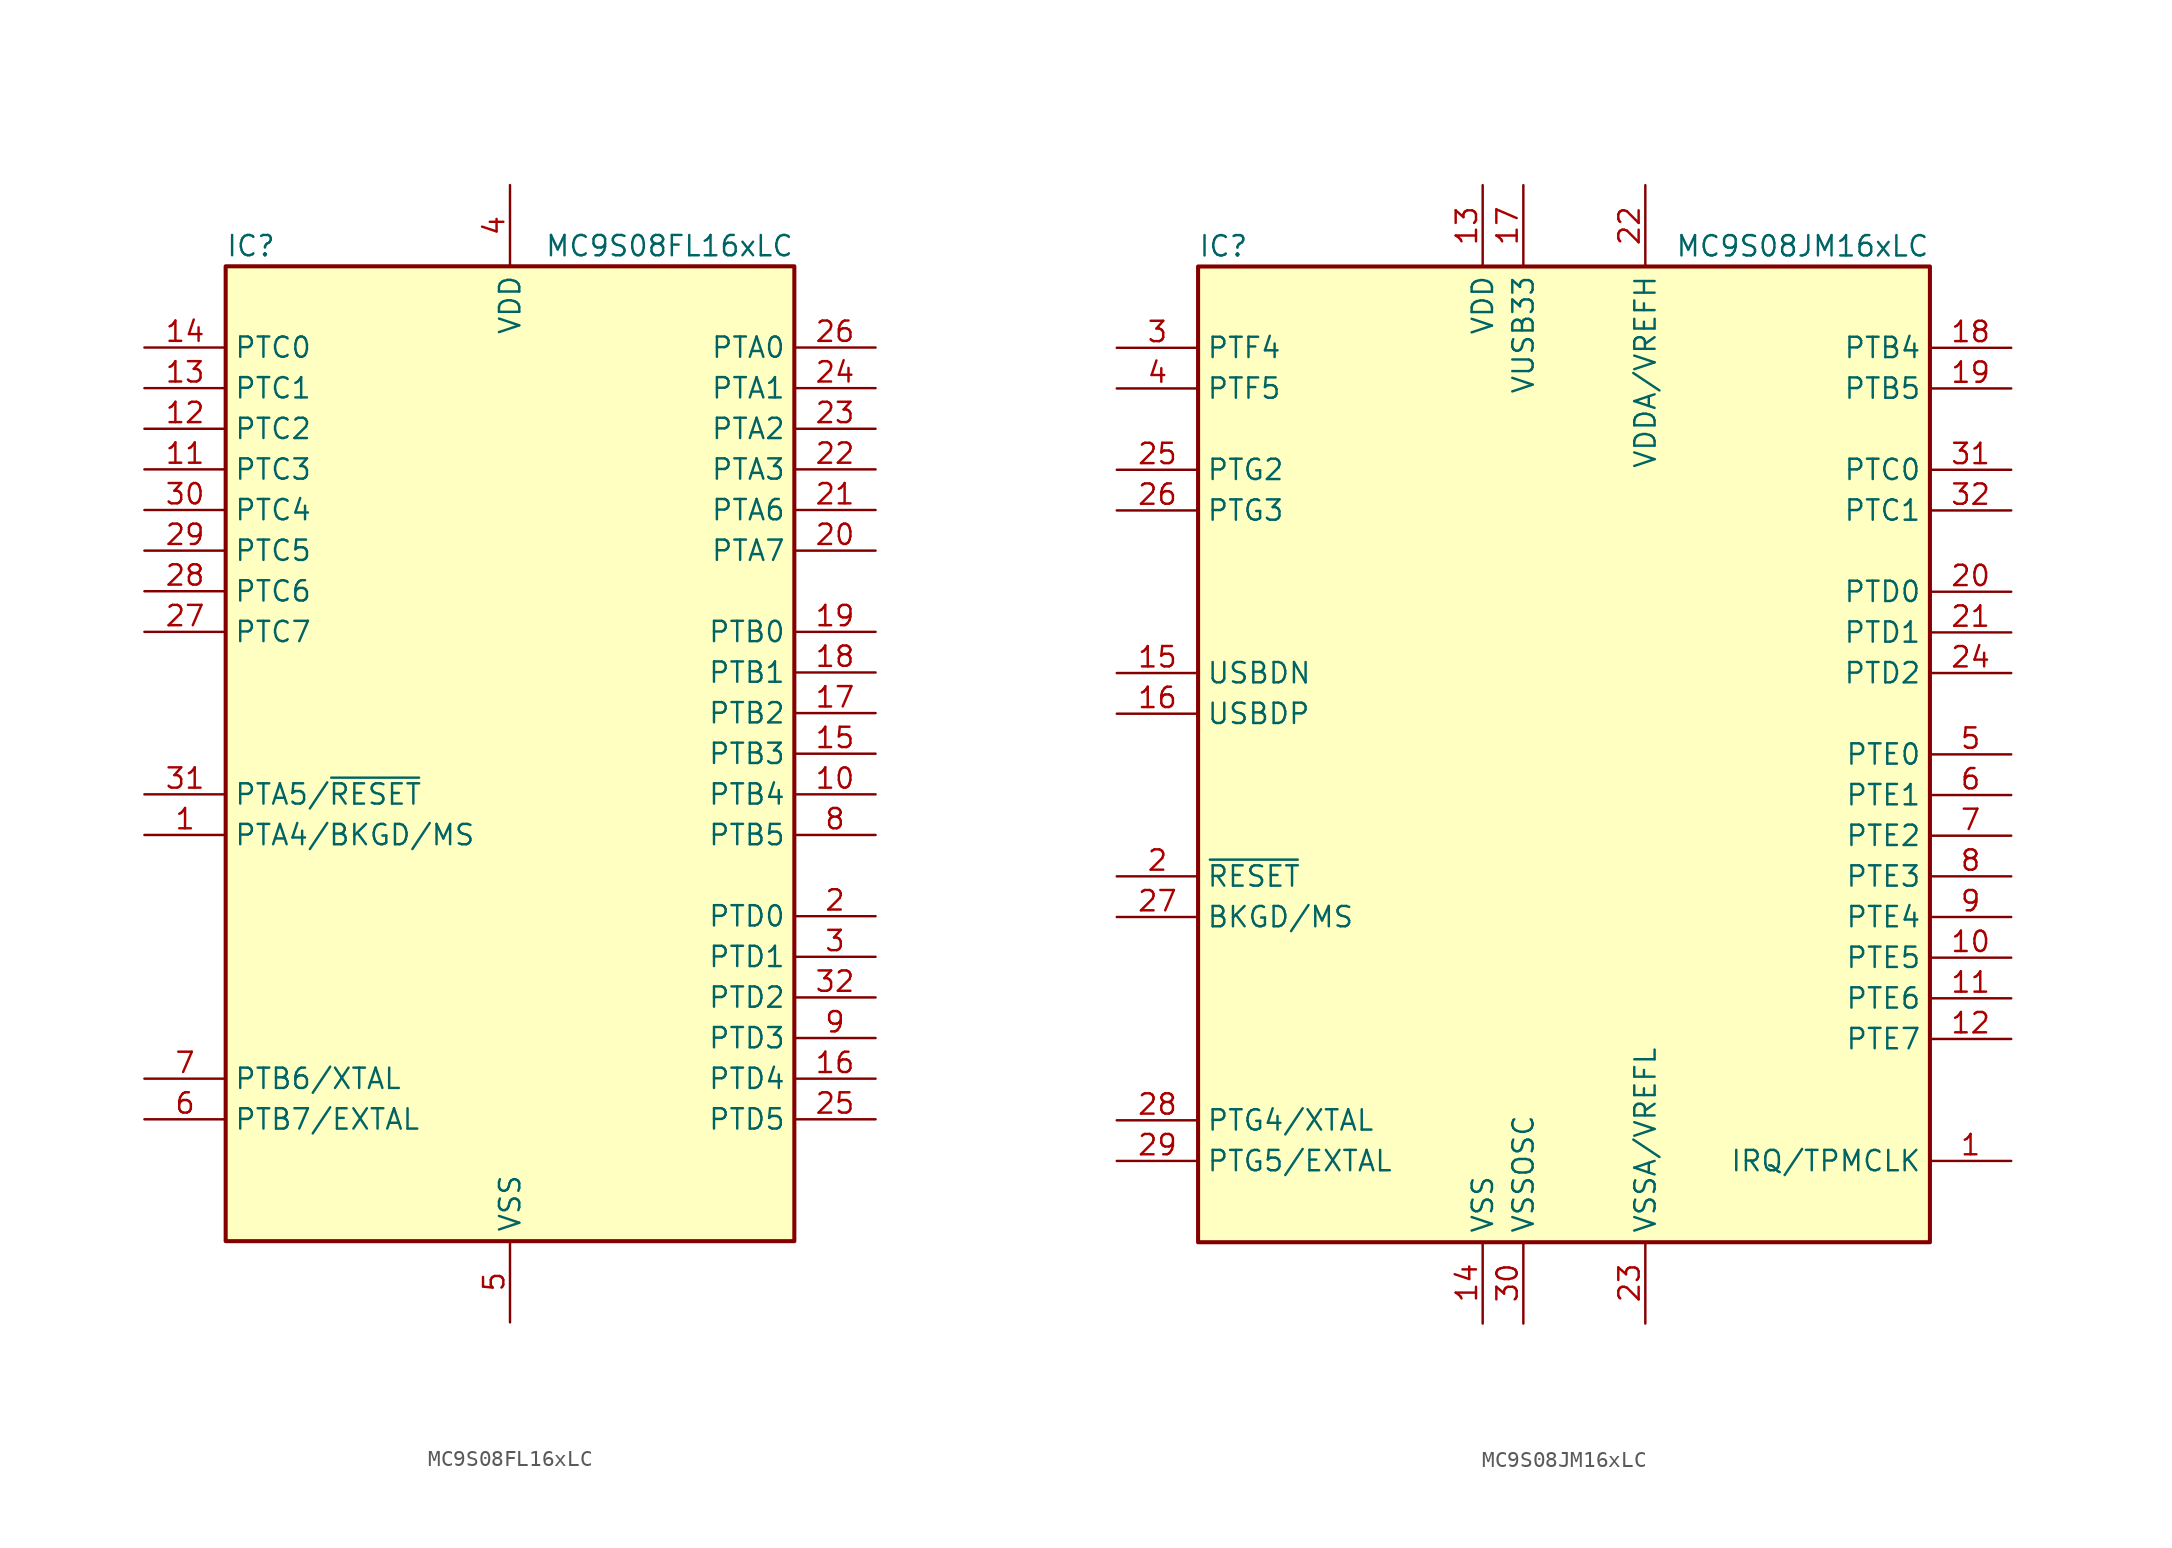
<source format=kicad_sym>
(kicad_symbol_lib
  (version 20220914)
  (generator kicad_symbol_editor)
  (symbol "MC9S08FL16xLC"
    (property "Reference" "IC"
      (at -17.78 31.75 0)
      (effects (font (size 1.27 1.27)) (justify left)))
    (property "Value" "MC9S08FL16xLC"
      (at 17.78 31.75 0)
      (effects (font (size 1.27 1.27)) (justify right)))
    (symbol "MC9S08FL16xLC_0_1"
      (rectangle (start -17.78 30.48) (end 17.78 -30.48) (stroke (width 0.254) (type default)) (fill (type background))))
    (symbol "MC9S08FL16xLC_1_1"
      (pin bidirectional line (at -22.86 -5.08 0) (length 5.08) (name "PTA4/BKGD/MS" (effects (font (size 1.27 1.27)))) (number "1" (effects (font (size 1.27 1.27)))))
      (pin bidirectional line (at 22.86 -2.54 180) (length 5.08) (name "PTB4" (effects (font (size 1.27 1.27)))) (number "10" (effects (font (size 1.27 1.27)))))
      (pin bidirectional line (at -22.86 17.78 0) (length 5.08) (name "PTC3" (effects (font (size 1.27 1.27)))) (number "11" (effects (font (size 1.27 1.27)))))
      (pin bidirectional line (at -22.86 20.32 0) (length 5.08) (name "PTC2" (effects (font (size 1.27 1.27)))) (number "12" (effects (font (size 1.27 1.27)))))
      (pin bidirectional line (at -22.86 22.86 0) (length 5.08) (name "PTC1" (effects (font (size 1.27 1.27)))) (number "13" (effects (font (size 1.27 1.27)))))
      (pin bidirectional line (at -22.86 25.4 0) (length 5.08) (name "PTC0" (effects (font (size 1.27 1.27)))) (number "14" (effects (font (size 1.27 1.27)))))
      (pin bidirectional line (at 22.86 0 180) (length 5.08) (name "PTB3" (effects (font (size 1.27 1.27)))) (number "15" (effects (font (size 1.27 1.27)))))
      (pin bidirectional line (at 22.86 -20.32 180) (length 5.08) (name "PTD4" (effects (font (size 1.27 1.27)))) (number "16" (effects (font (size 1.27 1.27)))))
      (pin bidirectional line (at 22.86 2.54 180) (length 5.08) (name "PTB2" (effects (font (size 1.27 1.27)))) (number "17" (effects (font (size 1.27 1.27)))))
      (pin bidirectional line (at 22.86 5.08 180) (length 5.08) (name "PTB1" (effects (font (size 1.27 1.27)))) (number "18" (effects (font (size 1.27 1.27)))))
      (pin bidirectional line (at 22.86 7.62 180) (length 5.08) (name "PTB0" (effects (font (size 1.27 1.27)))) (number "19" (effects (font (size 1.27 1.27)))))
      (pin bidirectional line (at 22.86 -10.16 180) (length 5.08) (name "PTD0" (effects (font (size 1.27 1.27)))) (number "2" (effects (font (size 1.27 1.27)))))
      (pin bidirectional line (at 22.86 12.7 180) (length 5.08) (name "PTA7" (effects (font (size 1.27 1.27)))) (number "20" (effects (font (size 1.27 1.27)))))
      (pin bidirectional line (at 22.86 15.24 180) (length 5.08) (name "PTA6" (effects (font (size 1.27 1.27)))) (number "21" (effects (font (size 1.27 1.27)))))
      (pin bidirectional line (at 22.86 17.78 180) (length 5.08) (name "PTA3" (effects (font (size 1.27 1.27)))) (number "22" (effects (font (size 1.27 1.27)))))
      (pin bidirectional line (at 22.86 20.32 180) (length 5.08) (name "PTA2" (effects (font (size 1.27 1.27)))) (number "23" (effects (font (size 1.27 1.27)))))
      (pin bidirectional line (at 22.86 22.86 180) (length 5.08) (name "PTA1" (effects (font (size 1.27 1.27)))) (number "24" (effects (font (size 1.27 1.27)))))
      (pin bidirectional line (at 22.86 -22.86 180) (length 5.08) (name "PTD5" (effects (font (size 1.27 1.27)))) (number "25" (effects (font (size 1.27 1.27)))))
      (pin bidirectional line (at 22.86 25.4 180) (length 5.08) (name "PTA0" (effects (font (size 1.27 1.27)))) (number "26" (effects (font (size 1.27 1.27)))))
      (pin bidirectional line (at -22.86 7.62 0) (length 5.08) (name "PTC7" (effects (font (size 1.27 1.27)))) (number "27" (effects (font (size 1.27 1.27)))))
      (pin bidirectional line (at -22.86 10.16 0) (length 5.08) (name "PTC6" (effects (font (size 1.27 1.27)))) (number "28" (effects (font (size 1.27 1.27)))))
      (pin bidirectional line (at -22.86 12.7 0) (length 5.08) (name "PTC5" (effects (font (size 1.27 1.27)))) (number "29" (effects (font (size 1.27 1.27)))))
      (pin bidirectional line (at 22.86 -12.7 180) (length 5.08) (name "PTD1" (effects (font (size 1.27 1.27)))) (number "3" (effects (font (size 1.27 1.27)))))
      (pin bidirectional line (at -22.86 15.24 0) (length 5.08) (name "PTC4" (effects (font (size 1.27 1.27)))) (number "30" (effects (font (size 1.27 1.27)))))
      (pin bidirectional line (at -22.86 -2.54 0) (length 5.08) (name "PTA5/~{RESET}" (effects (font (size 1.27 1.27)))) (number "31" (effects (font (size 1.27 1.27)))))
      (pin bidirectional line (at 22.86 -15.24 180) (length 5.08) (name "PTD2" (effects (font (size 1.27 1.27)))) (number "32" (effects (font (size 1.27 1.27)))))
      (pin power_in line (at 0 35.56 270) (length 5.08) (name "VDD" (effects (font (size 1.27 1.27)))) (number "4" (effects (font (size 1.27 1.27)))))
      (pin power_in line (at 0 -35.56 90) (length 5.08) (name "VSS" (effects (font (size 1.27 1.27)))) (number "5" (effects (font (size 1.27 1.27)))))
      (pin bidirectional line (at -22.86 -22.86 0) (length 5.08) (name "PTB7/EXTAL" (effects (font (size 1.27 1.27)))) (number "6" (effects (font (size 1.27 1.27)))))
      (pin bidirectional line (at -22.86 -20.32 0) (length 5.08) (name "PTB6/XTAL" (effects (font (size 1.27 1.27)))) (number "7" (effects (font (size 1.27 1.27)))))
      (pin bidirectional line (at 22.86 -5.08 180) (length 5.08) (name "PTB5" (effects (font (size 1.27 1.27)))) (number "8" (effects (font (size 1.27 1.27)))))
      (pin bidirectional line (at 22.86 -17.78 180) (length 5.08) (name "PTD3" (effects (font (size 1.27 1.27)))) (number "9" (effects (font (size 1.27 1.27)))))))
  (symbol "MC9S08JM16xLC"
    (property "Reference" "IC"
      (at -22.86 31.75 0)
      (effects (font (size 1.27 1.27)) (justify left)))
    (property "Value" "MC9S08JM16xLC"
      (at 22.86 31.75 0)
      (effects (font (size 1.27 1.27)) (justify right)))
    (symbol "MC9S08JM16xLC_0_1"
      (rectangle (start -22.86 30.48) (end 22.86 -30.48) (stroke (width 0.254) (type default)) (fill (type background))))
    (symbol "MC9S08JM16xLC_1_1"
      (pin bidirectional line (at 27.94 -25.4 180) (length 5.08) (name "IRQ/TPMCLK" (effects (font (size 1.27 1.27)))) (number "1" (effects (font (size 1.27 1.27)))))
      (pin bidirectional line (at 27.94 -12.7 180) (length 5.08) (name "PTE5" (effects (font (size 1.27 1.27)))) (number "10" (effects (font (size 1.27 1.27)))))
      (pin bidirectional line (at 27.94 -15.24 180) (length 5.08) (name "PTE6" (effects (font (size 1.27 1.27)))) (number "11" (effects (font (size 1.27 1.27)))))
      (pin bidirectional line (at 27.94 -17.78 180) (length 5.08) (name "PTE7" (effects (font (size 1.27 1.27)))) (number "12" (effects (font (size 1.27 1.27)))))
      (pin power_in line (at -5.08 35.56 270) (length 5.08) (name "VDD" (effects (font (size 1.27 1.27)))) (number "13" (effects (font (size 1.27 1.27)))))
      (pin power_in line (at -5.08 -35.56 90) (length 5.08) (name "VSS" (effects (font (size 1.27 1.27)))) (number "14" (effects (font (size 1.27 1.27)))))
      (pin bidirectional line (at -27.94 5.08 0) (length 5.08) (name "USBDN" (effects (font (size 1.27 1.27)))) (number "15" (effects (font (size 1.27 1.27)))))
      (pin bidirectional line (at -27.94 2.54 0) (length 5.08) (name "USBDP" (effects (font (size 1.27 1.27)))) (number "16" (effects (font (size 1.27 1.27)))))
      (pin power_out line (at -2.54 35.56 270) (length 5.08) (name "VUSB33" (effects (font (size 1.27 1.27)))) (number "17" (effects (font (size 1.27 1.27)))))
      (pin bidirectional line (at 27.94 25.4 180) (length 5.08) (name "PTB4" (effects (font (size 1.27 1.27)))) (number "18" (effects (font (size 1.27 1.27)))))
      (pin bidirectional line (at 27.94 22.86 180) (length 5.08) (name "PTB5" (effects (font (size 1.27 1.27)))) (number "19" (effects (font (size 1.27 1.27)))))
      (pin input line (at -27.94 -7.62 0) (length 5.08) (name "~{RESET}" (effects (font (size 1.27 1.27)))) (number "2" (effects (font (size 1.27 1.27)))))
      (pin bidirectional line (at 27.94 10.16 180) (length 5.08) (name "PTD0" (effects (font (size 1.27 1.27)))) (number "20" (effects (font (size 1.27 1.27)))))
      (pin bidirectional line (at 27.94 7.62 180) (length 5.08) (name "PTD1" (effects (font (size 1.27 1.27)))) (number "21" (effects (font (size 1.27 1.27)))))
      (pin power_in line (at 5.08 35.56 270) (length 5.08) (name "VDDA/VREFH" (effects (font (size 1.27 1.27)))) (number "22" (effects (font (size 1.27 1.27)))))
      (pin power_in line (at 5.08 -35.56 90) (length 5.08) (name "VSSA/VREFL" (effects (font (size 1.27 1.27)))) (number "23" (effects (font (size 1.27 1.27)))))
      (pin bidirectional line (at 27.94 5.08 180) (length 5.08) (name "PTD2" (effects (font (size 1.27 1.27)))) (number "24" (effects (font (size 1.27 1.27)))))
      (pin bidirectional line (at -27.94 17.78 0) (length 5.08) (name "PTG2" (effects (font (size 1.27 1.27)))) (number "25" (effects (font (size 1.27 1.27)))))
      (pin bidirectional line (at -27.94 15.24 0) (length 5.08) (name "PTG3" (effects (font (size 1.27 1.27)))) (number "26" (effects (font (size 1.27 1.27)))))
      (pin bidirectional line (at -27.94 -10.16 0) (length 5.08) (name "BKGD/MS" (effects (font (size 1.27 1.27)))) (number "27" (effects (font (size 1.27 1.27)))))
      (pin bidirectional line (at -27.94 -22.86 0) (length 5.08) (name "PTG4/XTAL" (effects (font (size 1.27 1.27)))) (number "28" (effects (font (size 1.27 1.27)))))
      (pin bidirectional line (at -27.94 -25.4 0) (length 5.08) (name "PTG5/EXTAL" (effects (font (size 1.27 1.27)))) (number "29" (effects (font (size 1.27 1.27)))))
      (pin bidirectional line (at -27.94 25.4 0) (length 5.08) (name "PTF4" (effects (font (size 1.27 1.27)))) (number "3" (effects (font (size 1.27 1.27)))))
      (pin power_in line (at -2.54 -35.56 90) (length 5.08) (name "VSSOSC" (effects (font (size 1.27 1.27)))) (number "30" (effects (font (size 1.27 1.27)))))
      (pin bidirectional line (at 27.94 17.78 180) (length 5.08) (name "PTC0" (effects (font (size 1.27 1.27)))) (number "31" (effects (font (size 1.27 1.27)))))
      (pin bidirectional line (at 27.94 15.24 180) (length 5.08) (name "PTC1" (effects (font (size 1.27 1.27)))) (number "32" (effects (font (size 1.27 1.27)))))
      (pin bidirectional line (at -27.94 22.86 0) (length 5.08) (name "PTF5" (effects (font (size 1.27 1.27)))) (number "4" (effects (font (size 1.27 1.27)))))
      (pin bidirectional line (at 27.94 0 180) (length 5.08) (name "PTE0" (effects (font (size 1.27 1.27)))) (number "5" (effects (font (size 1.27 1.27)))))
      (pin bidirectional line (at 27.94 -2.54 180) (length 5.08) (name "PTE1" (effects (font (size 1.27 1.27)))) (number "6" (effects (font (size 1.27 1.27)))))
      (pin bidirectional line (at 27.94 -5.08 180) (length 5.08) (name "PTE2" (effects (font (size 1.27 1.27)))) (number "7" (effects (font (size 1.27 1.27)))))
      (pin bidirectional line (at 27.94 -7.62 180) (length 5.08) (name "PTE3" (effects (font (size 1.27 1.27)))) (number "8" (effects (font (size 1.27 1.27)))))
      (pin bidirectional line (at 27.94 -10.16 180) (length 5.08) (name "PTE4" (effects (font (size 1.27 1.27)))) (number "9" (effects (font (size 1.27 1.27))))))))
</source>
